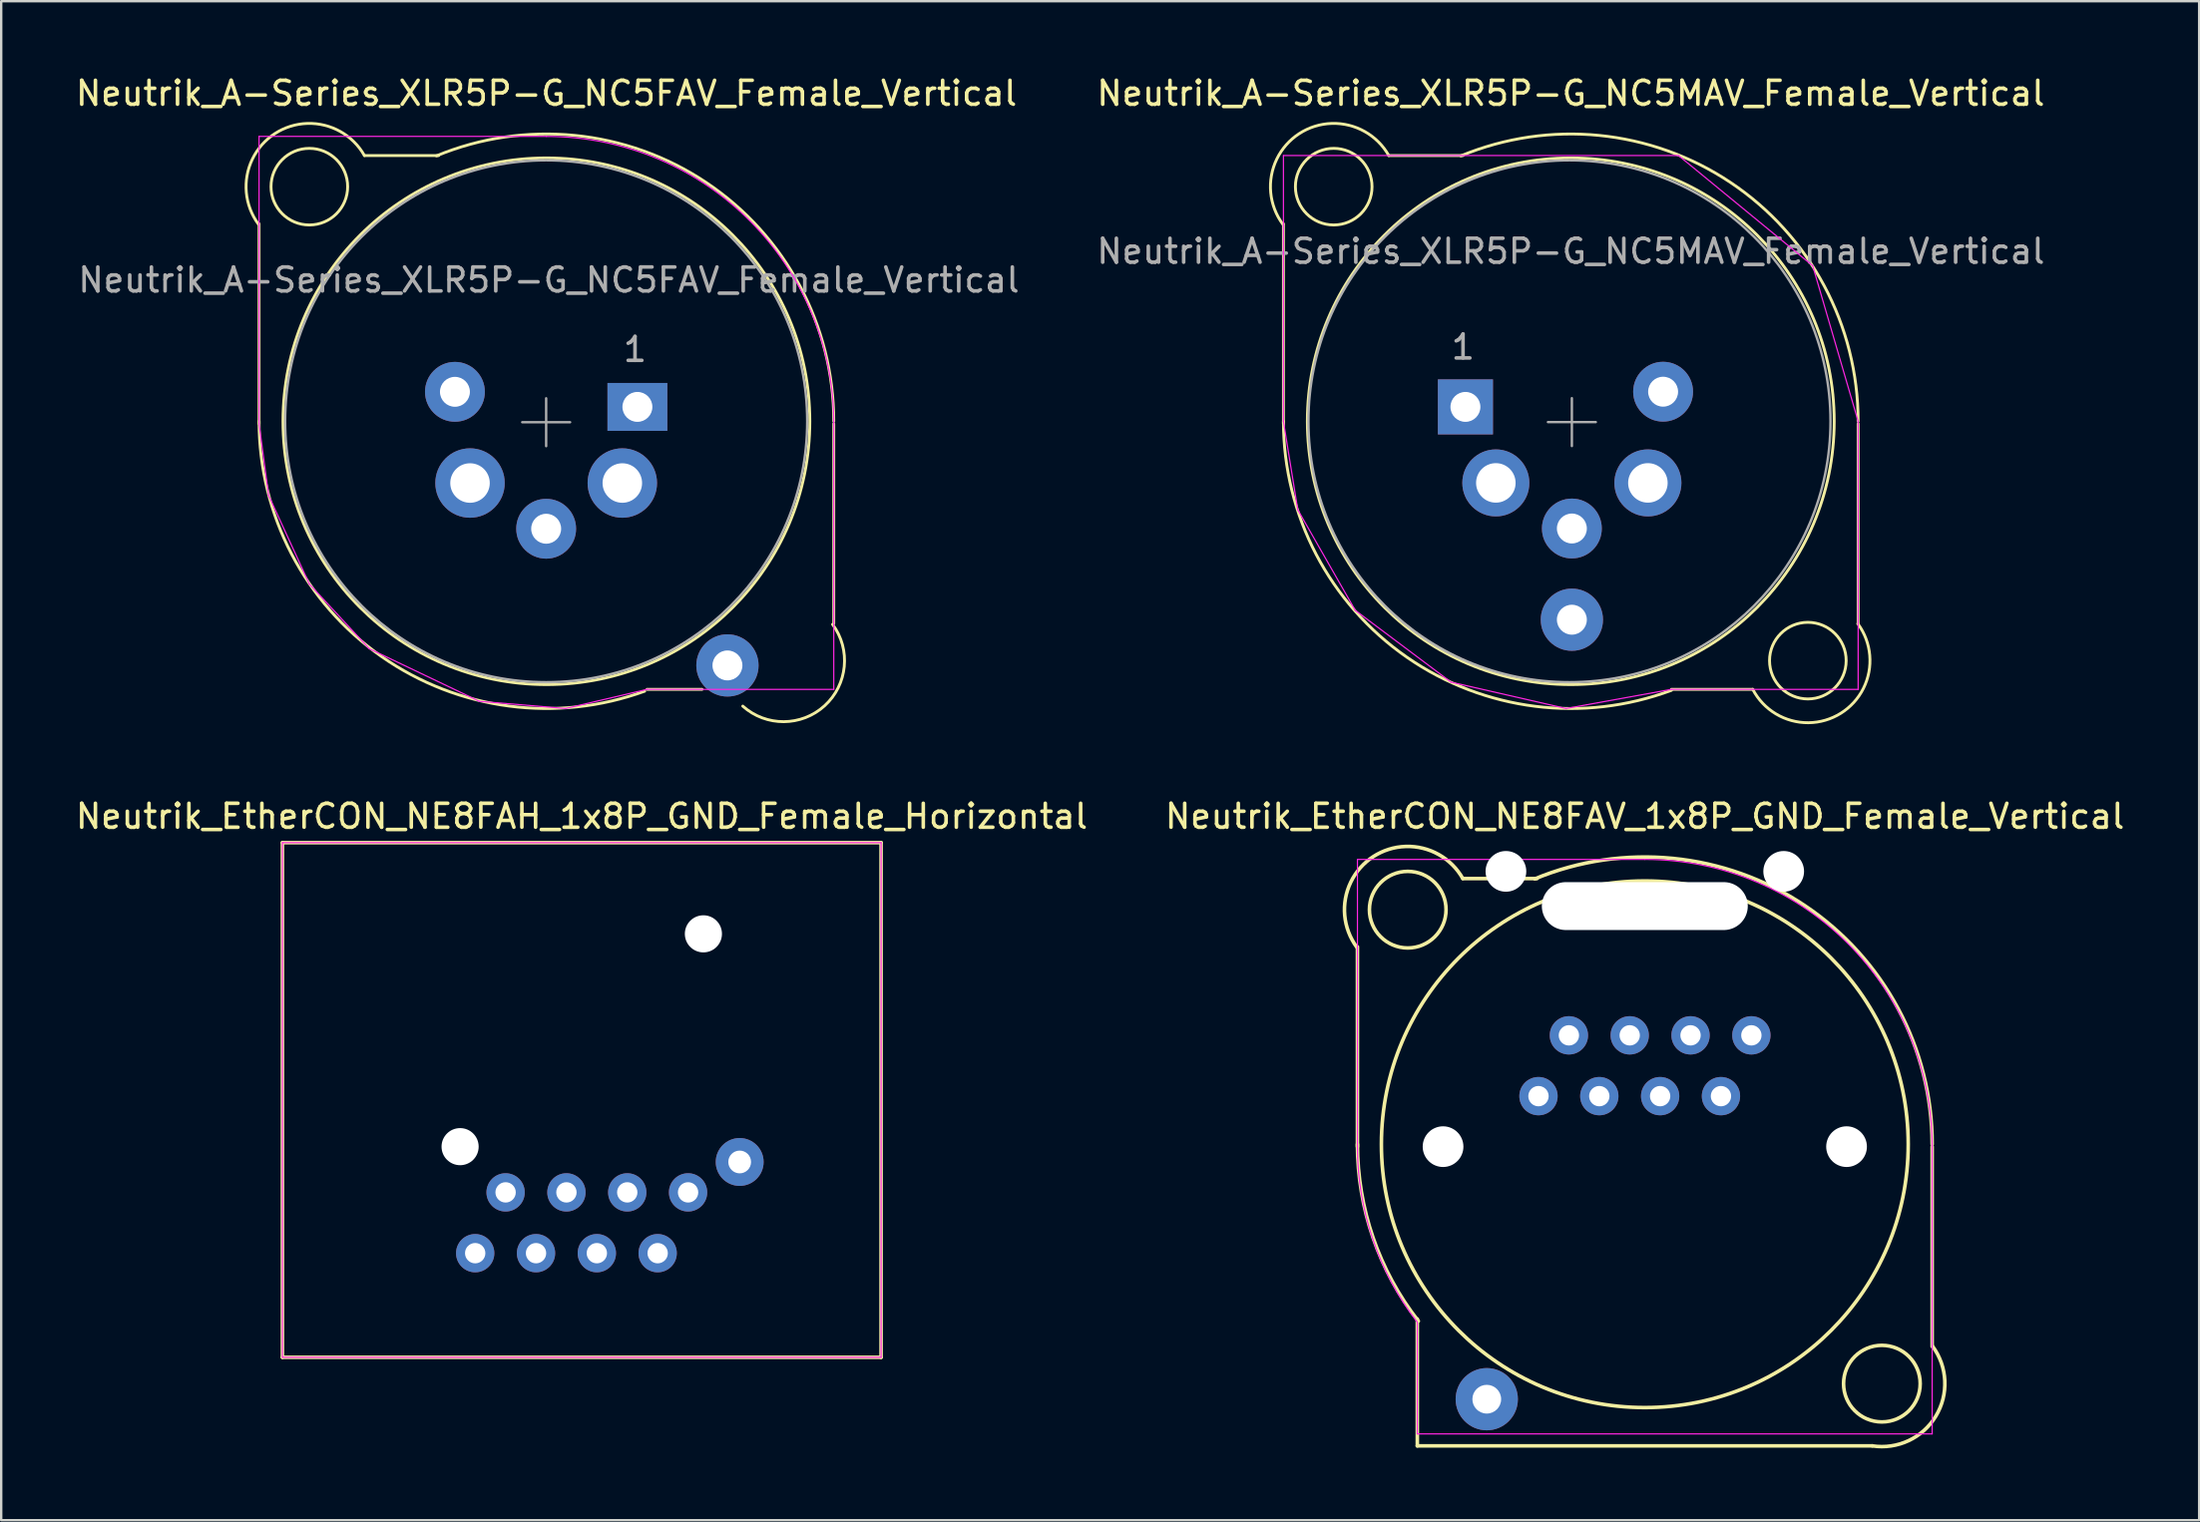
<source format=kicad_pcb>
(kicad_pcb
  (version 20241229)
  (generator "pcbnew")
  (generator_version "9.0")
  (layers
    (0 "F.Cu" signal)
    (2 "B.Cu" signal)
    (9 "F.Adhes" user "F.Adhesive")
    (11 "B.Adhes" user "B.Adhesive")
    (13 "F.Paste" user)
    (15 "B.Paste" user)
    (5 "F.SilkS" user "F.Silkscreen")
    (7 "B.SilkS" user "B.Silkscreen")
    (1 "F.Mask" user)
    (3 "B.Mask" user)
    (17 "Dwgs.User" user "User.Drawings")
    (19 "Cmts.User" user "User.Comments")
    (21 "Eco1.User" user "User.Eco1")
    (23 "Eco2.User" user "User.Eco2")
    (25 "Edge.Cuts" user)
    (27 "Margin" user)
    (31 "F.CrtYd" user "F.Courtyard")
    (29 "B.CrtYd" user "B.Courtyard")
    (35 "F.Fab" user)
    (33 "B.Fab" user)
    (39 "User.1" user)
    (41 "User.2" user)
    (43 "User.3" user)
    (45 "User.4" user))
  (footprint "Neutrik_A-Series_XLR5P-G_NC5FAV_Female_Vertical"
    (layer "F.Cu")
    (at 23.568 13.948)
    (property "Reference" "Neutrik_A-Series_XLR5P-G_NC5FAV_Female_Vertical" (at -3.8 -13.1 0) (layer "F.SilkS") (effects (font (size 1 1) (thickness 0.15))))
    (attr through_hole)
    (fp_line (start -15.8 -7.65) (end -15.8 0.7) (stroke (width 0.12) (type solid)) (layer "F.SilkS"))
    (fp_line (start -11.4 -10.5) (end -8.3 -10.5) (stroke (width 0.12) (type solid)) (layer "F.SilkS"))
    (fp_line (start 0.4 11.8) (end 2.7 11.8) (stroke (width 0.12) (type solid)) (layer "F.SilkS"))
    (fp_line (start 8.2 9.05) (end 8.2 0.7) (stroke (width 0.12) (type solid)) (layer "F.SilkS"))
    (fp_arc (start -15.824425 -7.629392) (mid -15.137986 -11.416346) (end -11.400001 -10.499999) (stroke (width 0.12) (type solid)) (layer "F.SilkS"))
    (fp_arc (start -8.392201 -10.486554) (mid 2.866843 -9.377635) (end 8.2 0.6) (stroke (width 0.12) (type solid)) (layer "F.SilkS"))
    (fp_arc (start 0.304242 11.876311) (mid -10.682917 10.429824) (end -15.8 0.6) (stroke (width 0.12) (type solid)) (layer "F.SilkS"))
    (fp_arc (start 8.149973 9.084216) (mid 7.816832 12.484802) (end 4.400001 12.499999) (stroke (width 0.12) (type solid)) (layer "F.SilkS"))
    (fp_circle (center -13.7 -9.2) (end -12.1 -9.2) (stroke (width 0.12) (type solid)) (fill no) (layer "F.SilkS"))
    (fp_circle (center -3.8 0.6) (end 7.2 0.6) (stroke (width 0.12) (type solid)) (fill no) (layer "F.SilkS"))
    (fp_line (start -15.8 -11.3) (end -3.8 -11.3) (stroke (width 0.05) (type solid)) (layer "F.CrtYd"))
    (fp_line (start -15.8 0.7) (end -15.8 -11.3) (stroke (width 0.05) (type solid)) (layer "F.CrtYd"))
    (fp_line (start -15.4 3.7) (end -15.8 0.7) (stroke (width 0.05) (type solid)) (layer "F.CrtYd"))
    (fp_line (start -13.7 7.4) (end -15.4 3.7) (stroke (width 0.05) (type solid)) (layer "F.CrtYd"))
    (fp_line (start -11.2 10.1) (end -13.7 7.4) (stroke (width 0.05) (type solid)) (layer "F.CrtYd"))
    (fp_line (start -6.6 12.3) (end -11.2 10.1) (stroke (width 0.05) (type solid)) (layer "F.CrtYd"))
    (fp_line (start -3 12.6) (end -6.6 12.3) (stroke (width 0.05) (type solid)) (layer "F.CrtYd"))
    (fp_line (start 0.4 11.8) (end -3 12.6) (stroke (width 0.05) (type solid)) (layer "F.CrtYd"))
    (fp_line (start 8.2 0.7) (end 8.2 11.8) (stroke (width 0.05) (type solid)) (layer "F.CrtYd"))
    (fp_line (start 8.2 11.8) (end 0.4 11.8) (stroke (width 0.05) (type solid)) (layer "F.CrtYd"))
    (fp_arc (start -3.8 -11.3) (mid 4.685281 -7.785281) (end 8.2 0.7) (stroke (width 0.05) (type solid)) (layer "F.CrtYd"))
    (fp_line (start -3.81 1.64) (end -3.81 -0.36) (stroke (width 0.1) (type solid)) (layer "F.Fab"))
    (fp_line (start -2.81 0.64) (end -4.81 0.64) (stroke (width 0.1) (type solid)) (layer "F.Fab"))
    (fp_circle (center -3.81 0.6) (end 7.09 0.6) (stroke (width 0.1) (type solid)) (fill no) (layer "F.Fab"))
    (fp_text user "${REFERENCE}" (at -3.7 -5.3 0) (layer "F.Fab") (effects (font (size 1 1) (thickness 0.15))))
    (fp_text user "1" (at -0.1 -2.4 0) (layer "F.Fab") (effects (font (size 1 1) (thickness 0.15))))
    (pad "1" thru_hole rect (at 0 0) (size 2.5 2) (drill 1.25) (layers "*.Cu" "*.Mask"))
    (pad "2" thru_hole circle (at -0.63 3.18) (size 2.9 2.9) (drill 1.65) (layers "*.Cu" "*.Mask"))
    (pad "3" thru_hole circle (at -3.81 5.09) (size 2.5 2.5) (drill 1.25) (layers "*.Cu" "*.Mask"))
    (pad "4" thru_hole circle (at -6.99 3.18) (size 2.9 2.9) (drill 1.65) (layers "*.Cu" "*.Mask"))
    (pad "5" thru_hole circle (at -7.62 -0.63) (size 2.5 2.5) (drill 1.25) (layers "*.Cu" "*.Mask"))
    (pad "G" thru_hole circle (at 3.76 10.8) (size 2.6 2.6) (drill 1.25) (layers "*.Cu" "*.Mask")))
  (footprint "Neutrik_EtherCON_NE8FAV_1x8P_GND_Female_Vertical"
    (layer "F.Cu")
    (at 65.637 44.851)
    (property "Reference" "Neutrik_EtherCON_NE8FAV_1x8P_GND_Female_Vertical" (at 0 -13.8 0) (layer "F.SilkS") (effects (font (size 1 1) (thickness 0.15))))
    (attr through_hole)
    (fp_line (start -12 -8.35) (end -12 0) (stroke (width 0.15) (type solid)) (layer "F.SilkS"))
    (fp_line (start -9.5 7.2) (end -9.5 12.5) (stroke (width 0.15) (type solid)) (layer "F.SilkS"))
    (fp_line (start -7.6 -11.2) (end -4.5 -11.2) (stroke (width 0.15) (type solid)) (layer "F.SilkS"))
    (fp_line (start 9.5 12.5) (end -9.5 12.5) (stroke (width 0.15) (type solid)) (layer "F.SilkS"))
    (fp_line (start 12 8.35) (end 12 0) (stroke (width 0.15) (type solid)) (layer "F.SilkS"))
    (fp_arc (start -12.025659 -8.331062) (mid -11.337115 -12.116911) (end -7.600001 -11.199999) (stroke (width 0.15) (type solid)) (layer "F.SilkS"))
    (fp_arc (start -9.456129 7.287938) (mid -11.346223 3.806818) (end -12 -0.1) (stroke (width 0.15) (type solid)) (layer "F.SilkS"))
    (fp_arc (start -4.592201 -11.186554) (mid 6.666843 -10.077635) (end 12 -0.1) (stroke (width 0.15) (type solid)) (layer "F.SilkS"))
    (fp_arc (start 12.016503 8.337819) (mid 12.151118 11.261052) (end 9.500001 12.499999) (stroke (width 0.15) (type solid)) (layer "F.SilkS"))
    (fp_circle (center -9.9 -9.9) (end -8.3 -9.9) (stroke (width 0.15) (type solid)) (fill no) (layer "F.SilkS"))
    (fp_circle (center 0 -0.1) (end 11 -0.1) (stroke (width 0.15) (type solid)) (fill no) (layer "F.SilkS"))
    (fp_circle (center 9.9 9.9) (end 11.5 9.9) (stroke (width 0.15) (type solid)) (fill no) (layer "F.SilkS"))
    (fp_line (start -12 -12) (end 0 -12) (stroke (width 0.05) (type solid)) (layer "F.CrtYd"))
    (fp_line (start -12 0) (end -12 -12) (stroke (width 0.05) (type solid)) (layer "F.CrtYd"))
    (fp_line (start -9.5 7.33) (end -9.5 12) (stroke (width 0.05) (type solid)) (layer "F.CrtYd"))
    (fp_line (start 12 0) (end 12 12) (stroke (width 0.05) (type solid)) (layer "F.CrtYd"))
    (fp_line (start 12 12) (end -9.5 12) (stroke (width 0.05) (type solid)) (layer "F.CrtYd"))
    (fp_arc (start -9.507476 7.321742) (mid -11.359791 3.867188) (end -12 0) (stroke (width 0.05) (type solid)) (layer "F.CrtYd"))
    (fp_arc (start 0 -12) (mid 8.485281 -8.485281) (end 12 0) (stroke (width 0.05) (type solid)) (layer "F.CrtYd"))
    (pad "" np_thru_hole circle (at -8.425 0) (size 1.7 1.7) (drill 1.7) (layers "*.Cu" "*.Mask"))
    (pad "" np_thru_hole circle (at -5.8 -11.5) (size 1.7 1.7) (drill 1.7) (layers "*.Cu" "*.Mask"))
    (pad "" np_thru_hole oval (at 0 -10.05) (size 8.6 2) (drill oval 8.6 2) (layers "*.Cu" "*.Mask"))
    (pad "" np_thru_hole circle (at 5.8 -11.5) (size 1.7 1.7) (drill 1.7) (layers "*.Cu" "*.Mask"))
    (pad "" np_thru_hole circle (at 8.425 0) (size 1.7 1.7) (drill 1.7) (layers "*.Cu" "*.Mask"))
    (pad "1" thru_hole circle (at -4.44 -2.11) (size 1.6 1.6) (drill 0.85) (layers "*.Cu" "*.Mask"))
    (pad "2" thru_hole circle (at -3.17 -4.65) (size 1.6 1.6) (drill 0.85) (layers "*.Cu" "*.Mask"))
    (pad "3" thru_hole circle (at -1.9 -2.11) (size 1.6 1.6) (drill 0.85) (layers "*.Cu" "*.Mask"))
    (pad "4" thru_hole circle (at -0.63 -4.65) (size 1.6 1.6) (drill 0.85) (layers "*.Cu" "*.Mask"))
    (pad "5" thru_hole circle (at 0.64 -2.11) (size 1.6 1.6) (drill 0.85) (layers "*.Cu" "*.Mask"))
    (pad "6" thru_hole circle (at 1.91 -4.65) (size 1.6 1.6) (drill 0.85) (layers "*.Cu" "*.Mask"))
    (pad "7" thru_hole circle (at 3.18 -2.11) (size 1.6 1.6) (drill 0.85) (layers "*.Cu" "*.Mask"))
    (pad "8" thru_hole circle (at 4.45 -4.65) (size 1.6 1.6) (drill 0.85) (layers "*.Cu" "*.Mask"))
    (pad "G" thru_hole circle (at -6.6 10.55) (size 2.6 2.6) (drill 1.2) (layers "*.Cu" "*.Mask")))
  (footprint "Neutrik_EtherCON_NE8FAH_1x8P_GND_Female_Horizontal"
    (layer "F.Cu")
    (at 21.244 44.851)
    (property "Reference" "Neutrik_EtherCON_NE8FAH_1x8P_GND_Female_Horizontal" (at 0 -13.8 0) (layer "F.SilkS") (effects (font (size 1 1) (thickness 0.15))))
    (attr through_hole)
    (fp_line (start -12.5 -12.7) (end -12.5 8.8) (stroke (width 0.15) (type solid)) (layer "F.SilkS"))
    (fp_line (start -12.5 -12.7) (end 12.5 -12.7) (stroke (width 0.15) (type solid)) (layer "F.SilkS"))
    (fp_line (start -12.5 8.8) (end 12.5 8.8) (stroke (width 0.15) (type solid)) (layer "F.SilkS"))
    (fp_line (start 12.5 -12.7) (end 12.5 8.8) (stroke (width 0.15) (type solid)) (layer "F.SilkS"))
    (fp_line (start -12.5 -12.7) (end 12.5 -12.7) (stroke (width 0.05) (type solid)) (layer "F.CrtYd"))
    (fp_line (start -12.5 8.8) (end -12.5 -12.7) (stroke (width 0.05) (type solid)) (layer "F.CrtYd"))
    (fp_line (start 12.5 -12.7) (end 12.5 8.8) (stroke (width 0.05) (type solid)) (layer "F.CrtYd"))
    (fp_line (start 12.5 8.8) (end -12.5 8.8) (stroke (width 0.05) (type solid)) (layer "F.CrtYd"))
    (pad "" np_thru_hole circle (at -5.08 0) (size 1.55 1.55) (drill 1.55) (layers "*.Cu" "*.Mask"))
    (pad "" np_thru_hole circle (at 5.08 -8.89) (size 1.55 1.55) (drill 1.55) (layers "*.Cu" "*.Mask"))
    (pad "1" thru_hole circle (at 4.44 1.91) (size 1.6 1.6) (drill 0.85) (layers "*.Cu" "*.Mask"))
    (pad "2" thru_hole circle (at 3.17 4.45) (size 1.6 1.6) (drill 0.85) (layers "*.Cu" "*.Mask"))
    (pad "3" thru_hole circle (at 1.9 1.91) (size 1.6 1.6) (drill 0.85) (layers "*.Cu" "*.Mask"))
    (pad "4" thru_hole circle (at 0.63 4.45) (size 1.6 1.6) (drill 0.85) (layers "*.Cu" "*.Mask"))
    (pad "5" thru_hole circle (at -0.64 1.91) (size 1.6 1.6) (drill 0.85) (layers "*.Cu" "*.Mask"))
    (pad "6" thru_hole circle (at -1.91 4.45) (size 1.6 1.6) (drill 0.85) (layers "*.Cu" "*.Mask"))
    (pad "7" thru_hole circle (at -3.18 1.91) (size 1.6 1.6) (drill 0.85) (layers "*.Cu" "*.Mask"))
    (pad "8" thru_hole circle (at -4.45 4.45) (size 1.6 1.6) (drill 0.85) (layers "*.Cu" "*.Mask"))
    (pad "G" thru_hole circle (at 6.595 0.64) (size 2 2) (drill 0.95) (layers "*.Cu" "*.Mask")))
  (footprint "Neutrik_A-Series_XLR5P-G_NC5MAV_Female_Vertical"
    (layer "F.Cu")
    (at 58.146 13.948)
    (property "Reference" "Neutrik_A-Series_XLR5P-G_NC5MAV_Female_Vertical" (at 4.4 -13.1 0) (layer "F.SilkS") (effects (font (size 1 1) (thickness 0.15))))
    (attr through_hole)
    (fp_line (start -7.6 -7.65) (end -7.6 0.7) (stroke (width 0.12) (type solid)) (layer "F.SilkS"))
    (fp_line (start -3.2 -10.5) (end -0.1 -10.5) (stroke (width 0.12) (type solid)) (layer "F.SilkS"))
    (fp_line (start 8.6 11.8) (end 12 11.8) (stroke (width 0.12) (type solid)) (layer "F.SilkS"))
    (fp_line (start 16.4 9.05) (end 16.4 0.7) (stroke (width 0.12) (type solid)) (layer "F.SilkS"))
    (fp_arc (start -7.624425 -7.629392) (mid -6.937986 -11.416346) (end -3.200001 -10.499999) (stroke (width 0.12) (type solid)) (layer "F.SilkS"))
    (fp_arc (start -0.192201 -10.486554) (mid 11.066843 -9.377635) (end 16.4 0.6) (stroke (width 0.12) (type solid)) (layer "F.SilkS"))
    (fp_arc (start 8.602489 11.840066) (mid -2.439961 10.459763) (end -7.6 0.6) (stroke (width 0.12) (type solid)) (layer "F.SilkS"))
    (fp_arc (start 16.386654 9.058615) (mid 15.674837 12.799958) (end 12.000001 11.799999) (stroke (width 0.12) (type solid)) (layer "F.SilkS"))
    (fp_circle (center -5.5 -9.2) (end -3.9 -9.2) (stroke (width 0.12) (type solid)) (fill no) (layer "F.SilkS"))
    (fp_circle (center 4.4 0.6) (end 15.4 0.6) (stroke (width 0.12) (type solid)) (fill no) (layer "F.SilkS"))
    (fp_circle (center 14.3 10.6) (end 15.9 10.6) (stroke (width 0.12) (type solid)) (fill no) (layer "F.SilkS"))
    (fp_line (start -7.6 -10.5) (end 8.9 -10.5) (stroke (width 0.05) (type solid)) (layer "F.CrtYd"))
    (fp_line (start -7.6 0.6) (end -7.6 -10.5) (stroke (width 0.05) (type solid)) (layer "F.CrtYd"))
    (fp_line (start -7 4.3) (end -7.6 0.6) (stroke (width 0.05) (type solid)) (layer "F.CrtYd"))
    (fp_line (start -4.6 8.5) (end -7 4.3) (stroke (width 0.05) (type solid)) (layer "F.CrtYd"))
    (fp_line (start -0.6 11.5) (end -4.6 8.5) (stroke (width 0.05) (type solid)) (layer "F.CrtYd"))
    (fp_line (start 4.2 12.6) (end -0.6 11.5) (stroke (width 0.05) (type solid)) (layer "F.CrtYd"))
    (fp_line (start 8.6 11.8) (end 4.2 12.6) (stroke (width 0.05) (type solid)) (layer "F.CrtYd"))
    (fp_line (start 8.9 -10.5) (end 14.5 -5.9) (stroke (width 0.05) (type solid)) (layer "F.CrtYd"))
    (fp_line (start 14.5 -5.9) (end 16.4 0.6) (stroke (width 0.05) (type solid)) (layer "F.CrtYd"))
    (fp_line (start 16.4 0.6) (end 16.4 11.8) (stroke (width 0.05) (type solid)) (layer "F.CrtYd"))
    (fp_line (start 16.4 11.8) (end 8.6 11.8) (stroke (width 0.05) (type solid)) (layer "F.CrtYd"))
    (fp_line (start 3.445 0.635) (end 5.445 0.635) (stroke (width 0.1) (type solid)) (layer "F.Fab"))
    (fp_line (start 4.445 1.635) (end 4.445 -0.365) (stroke (width 0.1) (type solid)) (layer "F.Fab"))
    (fp_circle (center 4.345 0.6) (end 15.245 0.6) (stroke (width 0.1) (type solid)) (fill no) (layer "F.Fab"))
    (fp_text user "1" (at -0.1 -2.5 0) (layer "F.Fab") (effects (font (size 1 1) (thickness 0.15))))
    (fp_text user "${REFERENCE}" (at 4.4 -6.5 0) (layer "F.Fab") (effects (font (size 1 1) (thickness 0.15))))
    (pad "1" thru_hole rect (at 0 0) (size 2.3 2.3) (drill 1.25) (layers "*.Cu" "*.Mask"))
    (pad "2" thru_hole circle (at 1.27 3.175) (size 2.8 2.8) (drill 1.65) (layers "*.Cu" "*.Mask"))
    (pad "3" thru_hole circle (at 4.445 5.08) (size 2.5 2.5) (drill 1.25) (layers "*.Cu" "*.Mask"))
    (pad "4" thru_hole circle (at 7.62 3.175) (size 2.8 2.8) (drill 1.65) (layers "*.Cu" "*.Mask"))
    (pad "5" thru_hole circle (at 8.255 -0.635) (size 2.5 2.5) (drill 1.25) (layers "*.Cu" "*.Mask"))
    (pad "G" thru_hole circle (at 4.445 8.89) (size 2.6 2.6) (drill 1.25) (layers "*.Cu" "*.Mask")))
  (gr_rect
    (start -3 -3)
    (end 88.786 60.456)
    (stroke (width 0.1) (type default))
    (fill no)
    (layer "Edge.Cuts")))
</source>
